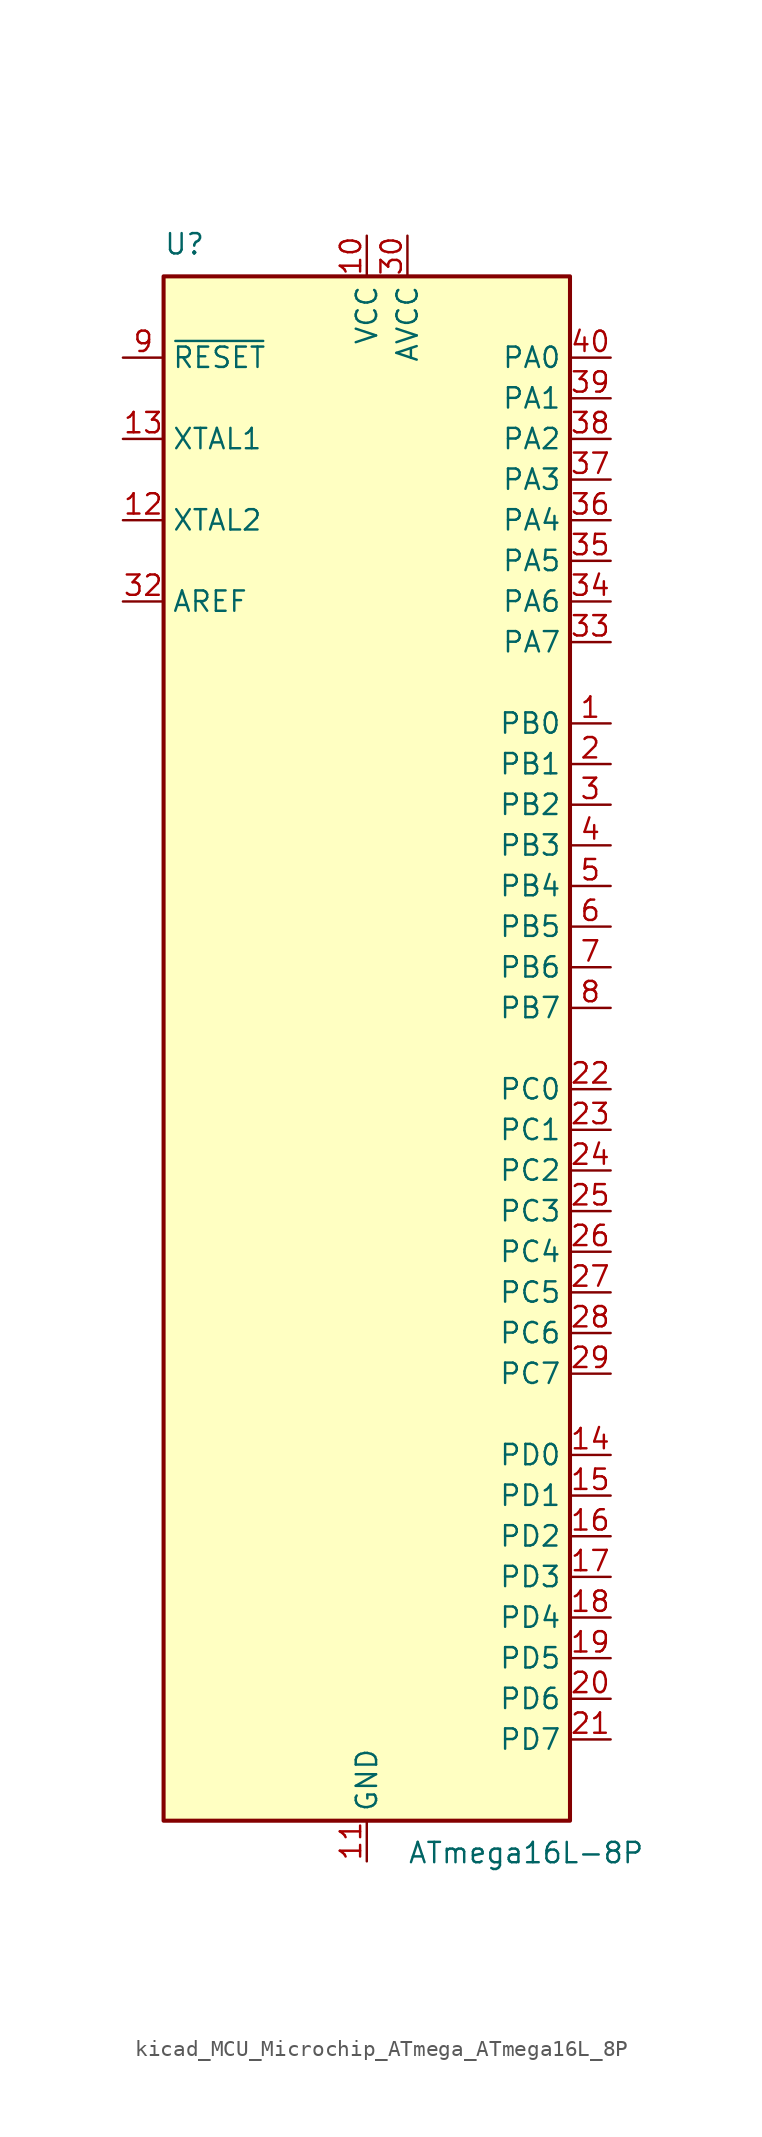
<source format=kicad_sym>
(kicad_symbol_lib
  (version 20220914)
  (generator kicad_symbol_editor)
  (symbol "kicad_MCU_Microchip_ATmega_ATmega16L_8P"
    (property "Reference" "U"
      (at -12.7 49.53 0)
      (effects (font (size 1.27 1.27)) (justify left bottom)))
    (property "Value" "ATmega16L-8P"
      (at 2.54 -49.53 0)
      (effects (font (size 1.27 1.27)) (justify left top)))
    (symbol "kicad_MCU_Microchip_ATmega_ATmega16L_8P_0_1"
      (rectangle (start -12.7 -48.26) (end 12.7 48.26) (stroke (width 0.254) (type default)) (fill (type background))))
    (symbol "kicad_MCU_Microchip_ATmega_ATmega16L_8P_1_1"
      (pin bidirectional line (at 15.24 20.32 180) (length 2.54) (name "PB0" (effects (font (size 1.27 1.27)))) (number "1" (effects (font (size 1.27 1.27)))))
      (pin power_in line (at 0 50.8 270) (length 2.54) (name "VCC" (effects (font (size 1.27 1.27)))) (number "10" (effects (font (size 1.27 1.27)))))
      (pin power_in line (at 0 -50.8 90) (length 2.54) (name "GND" (effects (font (size 1.27 1.27)))) (number "11" (effects (font (size 1.27 1.27)))))
      (pin output line (at -15.24 33.02 0) (length 2.54) (name "XTAL2" (effects (font (size 1.27 1.27)))) (number "12" (effects (font (size 1.27 1.27)))))
      (pin input line (at -15.24 38.1 0) (length 2.54) (name "XTAL1" (effects (font (size 1.27 1.27)))) (number "13" (effects (font (size 1.27 1.27)))))
      (pin bidirectional line (at 15.24 -25.4 180) (length 2.54) (name "PD0" (effects (font (size 1.27 1.27)))) (number "14" (effects (font (size 1.27 1.27)))))
      (pin bidirectional line (at 15.24 -27.94 180) (length 2.54) (name "PD1" (effects (font (size 1.27 1.27)))) (number "15" (effects (font (size 1.27 1.27)))))
      (pin bidirectional line (at 15.24 -30.48 180) (length 2.54) (name "PD2" (effects (font (size 1.27 1.27)))) (number "16" (effects (font (size 1.27 1.27)))))
      (pin bidirectional line (at 15.24 -33.02 180) (length 2.54) (name "PD3" (effects (font (size 1.27 1.27)))) (number "17" (effects (font (size 1.27 1.27)))))
      (pin bidirectional line (at 15.24 -35.56 180) (length 2.54) (name "PD4" (effects (font (size 1.27 1.27)))) (number "18" (effects (font (size 1.27 1.27)))))
      (pin bidirectional line (at 15.24 -38.1 180) (length 2.54) (name "PD5" (effects (font (size 1.27 1.27)))) (number "19" (effects (font (size 1.27 1.27)))))
      (pin bidirectional line (at 15.24 17.78 180) (length 2.54) (name "PB1" (effects (font (size 1.27 1.27)))) (number "2" (effects (font (size 1.27 1.27)))))
      (pin bidirectional line (at 15.24 -40.64 180) (length 2.54) (name "PD6" (effects (font (size 1.27 1.27)))) (number "20" (effects (font (size 1.27 1.27)))))
      (pin bidirectional line (at 15.24 -43.18 180) (length 2.54) (name "PD7" (effects (font (size 1.27 1.27)))) (number "21" (effects (font (size 1.27 1.27)))))
      (pin bidirectional line (at 15.24 -2.54 180) (length 2.54) (name "PC0" (effects (font (size 1.27 1.27)))) (number "22" (effects (font (size 1.27 1.27)))))
      (pin bidirectional line (at 15.24 -5.08 180) (length 2.54) (name "PC1" (effects (font (size 1.27 1.27)))) (number "23" (effects (font (size 1.27 1.27)))))
      (pin bidirectional line (at 15.24 -7.62 180) (length 2.54) (name "PC2" (effects (font (size 1.27 1.27)))) (number "24" (effects (font (size 1.27 1.27)))))
      (pin bidirectional line (at 15.24 -10.16 180) (length 2.54) (name "PC3" (effects (font (size 1.27 1.27)))) (number "25" (effects (font (size 1.27 1.27)))))
      (pin bidirectional line (at 15.24 -12.7 180) (length 2.54) (name "PC4" (effects (font (size 1.27 1.27)))) (number "26" (effects (font (size 1.27 1.27)))))
      (pin bidirectional line (at 15.24 -15.24 180) (length 2.54) (name "PC5" (effects (font (size 1.27 1.27)))) (number "27" (effects (font (size 1.27 1.27)))))
      (pin bidirectional line (at 15.24 -17.78 180) (length 2.54) (name "PC6" (effects (font (size 1.27 1.27)))) (number "28" (effects (font (size 1.27 1.27)))))
      (pin bidirectional line (at 15.24 -20.32 180) (length 2.54) (name "PC7" (effects (font (size 1.27 1.27)))) (number "29" (effects (font (size 1.27 1.27)))))
      (pin bidirectional line (at 15.24 15.24 180) (length 2.54) (name "PB2" (effects (font (size 1.27 1.27)))) (number "3" (effects (font (size 1.27 1.27)))))
      (pin power_in line (at 2.54 50.8 270) (length 2.54) (name "AVCC" (effects (font (size 1.27 1.27)))) (number "30" (effects (font (size 1.27 1.27)))))
      (pin passive line (at 0 -50.8 90) (length 2.54) hide (name "GND" (effects (font (size 1.27 1.27)))) (number "31" (effects (font (size 1.27 1.27)))))
      (pin passive line (at -15.24 27.94 0) (length 2.54) (name "AREF" (effects (font (size 1.27 1.27)))) (number "32" (effects (font (size 1.27 1.27)))))
      (pin bidirectional line (at 15.24 25.4 180) (length 2.54) (name "PA7" (effects (font (size 1.27 1.27)))) (number "33" (effects (font (size 1.27 1.27)))))
      (pin bidirectional line (at 15.24 27.94 180) (length 2.54) (name "PA6" (effects (font (size 1.27 1.27)))) (number "34" (effects (font (size 1.27 1.27)))))
      (pin bidirectional line (at 15.24 30.48 180) (length 2.54) (name "PA5" (effects (font (size 1.27 1.27)))) (number "35" (effects (font (size 1.27 1.27)))))
      (pin bidirectional line (at 15.24 33.02 180) (length 2.54) (name "PA4" (effects (font (size 1.27 1.27)))) (number "36" (effects (font (size 1.27 1.27)))))
      (pin bidirectional line (at 15.24 35.56 180) (length 2.54) (name "PA3" (effects (font (size 1.27 1.27)))) (number "37" (effects (font (size 1.27 1.27)))))
      (pin bidirectional line (at 15.24 38.1 180) (length 2.54) (name "PA2" (effects (font (size 1.27 1.27)))) (number "38" (effects (font (size 1.27 1.27)))))
      (pin bidirectional line (at 15.24 40.64 180) (length 2.54) (name "PA1" (effects (font (size 1.27 1.27)))) (number "39" (effects (font (size 1.27 1.27)))))
      (pin bidirectional line (at 15.24 12.7 180) (length 2.54) (name "PB3" (effects (font (size 1.27 1.27)))) (number "4" (effects (font (size 1.27 1.27)))))
      (pin bidirectional line (at 15.24 43.18 180) (length 2.54) (name "PA0" (effects (font (size 1.27 1.27)))) (number "40" (effects (font (size 1.27 1.27)))))
      (pin bidirectional line (at 15.24 10.16 180) (length 2.54) (name "PB4" (effects (font (size 1.27 1.27)))) (number "5" (effects (font (size 1.27 1.27)))))
      (pin bidirectional line (at 15.24 7.62 180) (length 2.54) (name "PB5" (effects (font (size 1.27 1.27)))) (number "6" (effects (font (size 1.27 1.27)))))
      (pin bidirectional line (at 15.24 5.08 180) (length 2.54) (name "PB6" (effects (font (size 1.27 1.27)))) (number "7" (effects (font (size 1.27 1.27)))))
      (pin bidirectional line (at 15.24 2.54 180) (length 2.54) (name "PB7" (effects (font (size 1.27 1.27)))) (number "8" (effects (font (size 1.27 1.27)))))
      (pin input line (at -15.24 43.18 0) (length 2.54) (name "~{RESET}" (effects (font (size 1.27 1.27)))) (number "9" (effects (font (size 1.27 1.27))))))))
</source>
